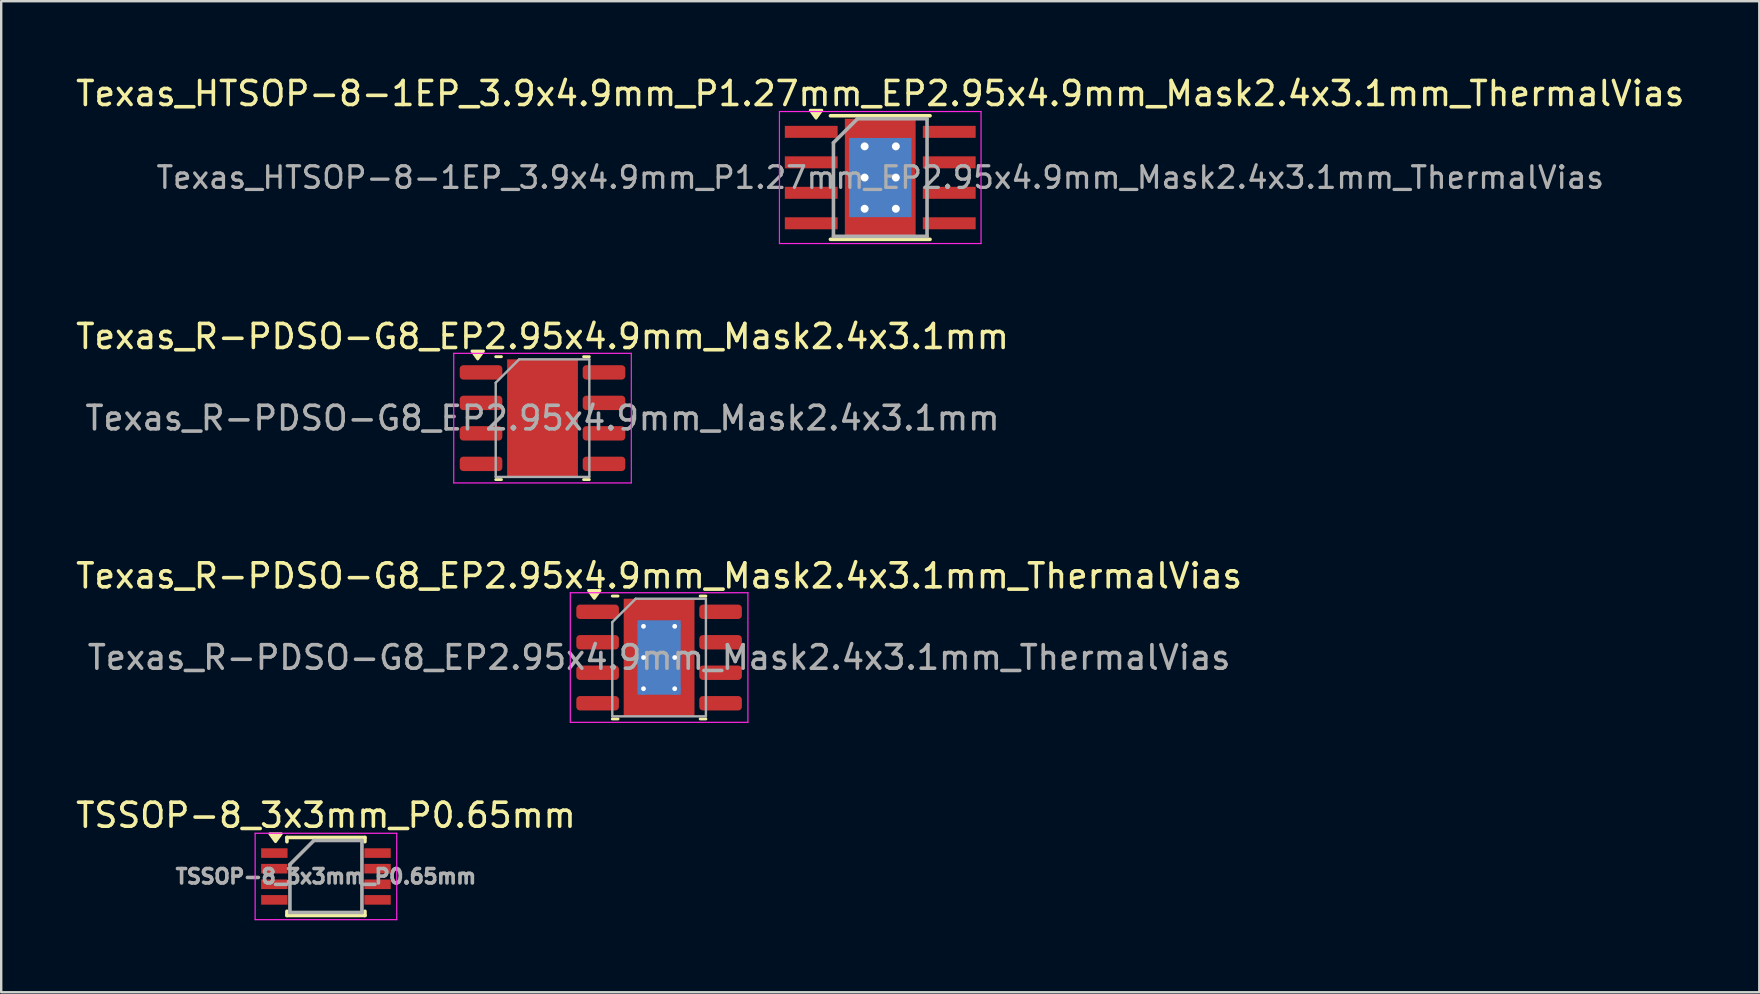
<source format=kicad_pcb>
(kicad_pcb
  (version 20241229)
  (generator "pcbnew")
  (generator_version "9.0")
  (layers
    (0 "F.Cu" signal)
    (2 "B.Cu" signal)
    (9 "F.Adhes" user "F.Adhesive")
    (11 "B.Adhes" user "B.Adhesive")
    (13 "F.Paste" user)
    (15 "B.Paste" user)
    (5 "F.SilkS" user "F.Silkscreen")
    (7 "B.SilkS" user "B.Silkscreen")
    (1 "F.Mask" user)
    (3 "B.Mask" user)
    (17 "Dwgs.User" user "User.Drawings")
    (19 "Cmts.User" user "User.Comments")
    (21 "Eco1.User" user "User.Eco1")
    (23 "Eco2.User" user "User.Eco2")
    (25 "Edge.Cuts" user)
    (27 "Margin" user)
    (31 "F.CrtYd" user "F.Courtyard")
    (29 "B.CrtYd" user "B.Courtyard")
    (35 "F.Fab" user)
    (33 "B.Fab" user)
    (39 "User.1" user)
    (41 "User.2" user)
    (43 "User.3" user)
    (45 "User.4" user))
  (footprint "TSSOP-8_3x3mm_P0.65mm"
    (layer "F.Cu")
    (at 10.53 33.468)
    (property "Reference" "TSSOP-8_3x3mm_P0.65mm" (at 0 -2.55 0) (layer "F.SilkS") (effects (font (size 1 1) (thickness 0.15))))
    (attr smd)
    (fp_line (start -1.625 -1.625) (end -1.625 -1.45) (stroke (width 0.15) (type solid)) (layer "F.SilkS"))
    (fp_line (start -1.625 -1.625) (end 1.625 -1.625) (stroke (width 0.15) (type solid)) (layer "F.SilkS"))
    (fp_line (start -1.625 1.45) (end -1.625 1.625) (stroke (width 0.15) (type solid)) (layer "F.SilkS"))
    (fp_line (start -1.625 1.625) (end 1.625 1.625) (stroke (width 0.15) (type solid)) (layer "F.SilkS"))
    (fp_line (start 1.625 -1.625) (end 1.625 -1.45) (stroke (width 0.15) (type solid)) (layer "F.SilkS"))
    (fp_line (start 1.625 1.45) (end 1.625 1.625) (stroke (width 0.15) (type solid)) (layer "F.SilkS"))
    (fp_poly (pts (xy -2.1 -1.45) (xy -2.34 -1.78) (xy -1.86 -1.78) (xy -2.1 -1.45)) (stroke (width 0.12) (type solid)) (fill yes) (layer "F.SilkS"))
    (fp_line (start -2.95 -1.8) (end -2.95 1.8) (stroke (width 0.05) (type solid)) (layer "F.CrtYd"))
    (fp_line (start -2.95 -1.8) (end 2.95 -1.8) (stroke (width 0.05) (type solid)) (layer "F.CrtYd"))
    (fp_line (start -2.95 1.8) (end 2.95 1.8) (stroke (width 0.05) (type solid)) (layer "F.CrtYd"))
    (fp_line (start 2.95 -1.8) (end 2.95 1.8) (stroke (width 0.05) (type solid)) (layer "F.CrtYd"))
    (fp_line (start -1.5 -0.5) (end -0.5 -1.5) (stroke (width 0.15) (type solid)) (layer "F.Fab"))
    (fp_line (start -1.5 1.5) (end -1.5 -0.5) (stroke (width 0.15) (type solid)) (layer "F.Fab"))
    (fp_line (start -0.5 -1.5) (end 1.5 -1.5) (stroke (width 0.15) (type solid)) (layer "F.Fab"))
    (fp_line (start 1.5 -1.5) (end 1.5 1.5) (stroke (width 0.15) (type solid)) (layer "F.Fab"))
    (fp_line (start 1.5 1.5) (end -1.5 1.5) (stroke (width 0.15) (type solid)) (layer "F.Fab"))
    (fp_text user "${REFERENCE}" (at 0 0 0) (layer "F.Fab") (effects (font (size 0.6 0.6) (thickness 0.15))))
    (pad "1" smd rect (at -2.15 -0.975) (size 1.1 0.4) (layers "F.Cu" "F.Mask" "F.Paste"))
    (pad "2" smd rect (at -2.15 -0.325) (size 1.1 0.4) (layers "F.Cu" "F.Mask" "F.Paste"))
    (pad "3" smd rect (at -2.15 0.325) (size 1.1 0.4) (layers "F.Cu" "F.Mask" "F.Paste"))
    (pad "4" smd rect (at -2.15 0.975) (size 1.1 0.4) (layers "F.Cu" "F.Mask" "F.Paste"))
    (pad "5" smd rect (at 2.15 0.975) (size 1.1 0.4) (layers "F.Cu" "F.Mask" "F.Paste"))
    (pad "6" smd rect (at 2.15 0.325) (size 1.1 0.4) (layers "F.Cu" "F.Mask" "F.Paste"))
    (pad "7" smd rect (at 2.15 -0.325) (size 1.1 0.4) (layers "F.Cu" "F.Mask" "F.Paste"))
    (pad "8" smd rect (at 2.15 -0.975) (size 1.1 0.4) (layers "F.Cu" "F.Mask" "F.Paste")))
  (footprint "Texas_R-PDSO-G8_EP2.95x4.9mm_Mask2.4x3.1mm_ThermalVias"
    (layer "F.Cu")
    (at 24.411 24.345)
    (property "Reference" "Texas_R-PDSO-G8_EP2.95x4.9mm_Mask2.4x3.1mm_ThermalVias" (at 0 -3.4 0) (layer "F.SilkS") (effects (font (size 1 1) (thickness 0.15))))
    (attr smd)
    (fp_line (start -1.711 -2.56) (end -1.95 -2.56) (stroke (width 0.12) (type solid)) (layer "F.SilkS"))
    (fp_line (start -1.711 2.56) (end -1.95 2.56) (stroke (width 0.12) (type solid)) (layer "F.SilkS"))
    (fp_line (start 1.711 -2.56) (end 1.95 -2.56) (stroke (width 0.12) (type solid)) (layer "F.SilkS"))
    (fp_line (start 1.711 2.56) (end 1.95 2.56) (stroke (width 0.12) (type solid)) (layer "F.SilkS"))
    (fp_poly (pts (xy -2.7 -2.465) (xy -2.94 -2.795) (xy -2.46 -2.795) (xy -2.7 -2.465)) (stroke (width 0.12) (type solid)) (fill yes) (layer "F.SilkS"))
    (fp_line (start -3.7 -2.7) (end -3.7 2.7) (stroke (width 0.05) (type solid)) (layer "F.CrtYd"))
    (fp_line (start -3.7 2.7) (end 3.7 2.7) (stroke (width 0.05) (type solid)) (layer "F.CrtYd"))
    (fp_line (start 3.7 -2.7) (end -3.7 -2.7) (stroke (width 0.05) (type solid)) (layer "F.CrtYd"))
    (fp_line (start 3.7 2.7) (end 3.7 -2.7) (stroke (width 0.05) (type solid)) (layer "F.CrtYd"))
    (fp_line (start -1.95 -1.475) (end -0.975 -2.45) (stroke (width 0.1) (type solid)) (layer "F.Fab"))
    (fp_line (start -1.95 2.45) (end -1.95 -1.475) (stroke (width 0.1) (type solid)) (layer "F.Fab"))
    (fp_line (start -0.975 -2.45) (end 1.95 -2.45) (stroke (width 0.1) (type solid)) (layer "F.Fab"))
    (fp_line (start 1.95 -2.45) (end 1.95 2.45) (stroke (width 0.1) (type solid)) (layer "F.Fab"))
    (fp_line (start 1.95 2.45) (end -1.95 2.45) (stroke (width 0.1) (type solid)) (layer "F.Fab"))
    (fp_text user "${REFERENCE}" (at 0 0 0) (layer "F.Fab") (effects (font (size 0.98 0.98) (thickness 0.15))))
    (pad "" smd roundrect (at -0.6 -1.03) (size 1.04 0.89) (layers "F.Paste") (roundrect_rratio 0.25))
    (pad "" smd roundrect (at -0.6 0) (size 1.04 0.89) (layers "F.Paste") (roundrect_rratio 0.25))
    (pad "" smd roundrect (at -0.6 1.03) (size 1.04 0.89) (layers "F.Paste") (roundrect_rratio 0.25))
    (pad "" smd rect (at 0 0) (size 2.4 3.1) (layers "F.Mask"))
    (pad "" smd roundrect (at 0.6 -1.03) (size 1.04 0.89) (layers "F.Paste") (roundrect_rratio 0.25))
    (pad "" smd roundrect (at 0.6 0) (size 1.04 0.89) (layers "F.Paste") (roundrect_rratio 0.25))
    (pad "" smd roundrect (at 0.6 1.03) (size 1.04 0.89) (layers "F.Paste") (roundrect_rratio 0.25))
    (pad "1" smd roundrect (at -2.562 -1.905) (size 1.775 0.6) (layers "F.Cu" "F.Mask" "F.Paste") (roundrect_rratio 0.25))
    (pad "2" smd roundrect (at -2.562 -0.635) (size 1.775 0.6) (layers "F.Cu" "F.Mask" "F.Paste") (roundrect_rratio 0.25))
    (pad "3" smd roundrect (at -2.562 0.635) (size 1.775 0.6) (layers "F.Cu" "F.Mask" "F.Paste") (roundrect_rratio 0.25))
    (pad "4" smd roundrect (at -2.562 1.905) (size 1.775 0.6) (layers "F.Cu" "F.Mask" "F.Paste") (roundrect_rratio 0.25))
    (pad "5" smd roundrect (at 2.562 1.905) (size 1.775 0.6) (layers "F.Cu" "F.Mask" "F.Paste") (roundrect_rratio 0.25))
    (pad "6" smd roundrect (at 2.562 0.635) (size 1.775 0.6) (layers "F.Cu" "F.Mask" "F.Paste") (roundrect_rratio 0.25))
    (pad "7" smd roundrect (at 2.562 -0.635) (size 1.775 0.6) (layers "F.Cu" "F.Mask" "F.Paste") (roundrect_rratio 0.25))
    (pad "8" smd roundrect (at 2.562 -1.905) (size 1.775 0.6) (layers "F.Cu" "F.Mask" "F.Paste") (roundrect_rratio 0.25))
    (pad "9" thru_hole circle (at -0.65 -1.3) (size 0.5 0.5) (drill 0.2) (property pad_prop_heatsink) (layers "*.Cu"))
    (pad "9" thru_hole circle (at -0.65 0) (size 0.5 0.5) (drill 0.2) (property pad_prop_heatsink) (layers "*.Cu"))
    (pad "9" thru_hole circle (at -0.65 1.3) (size 0.5 0.5) (drill 0.2) (property pad_prop_heatsink) (layers "*.Cu"))
    (pad "9" smd rect (at 0 0) (size 1.8 3.1) (property pad_prop_heatsink) (layers "B.Cu"))
    (pad "9" smd rect (at 0 0) (size 2.95 4.9) (property pad_prop_heatsink) (layers "F.Cu"))
    (pad "9" thru_hole circle (at 0.65 -1.3) (size 0.5 0.5) (drill 0.2) (property pad_prop_heatsink) (layers "*.Cu"))
    (pad "9" thru_hole circle (at 0.65 0) (size 0.5 0.5) (drill 0.2) (property pad_prop_heatsink) (layers "*.Cu"))
    (pad "9" thru_hole circle (at 0.65 1.3) (size 0.5 0.5) (drill 0.2) (property pad_prop_heatsink) (layers "*.Cu")))
  (footprint "Texas_HTSOP-8-1EP_3.9x4.9mm_P1.27mm_EP2.95x4.9mm_Mask2.4x3.1mm_ThermalVias"
    (layer "F.Cu")
    (at 33.625 4.348)
    (property "Reference" "Texas_HTSOP-8-1EP_3.9x4.9mm_P1.27mm_EP2.95x4.9mm_Mask2.4x3.1mm_ThermalVias" (at 0 -3.5 0) (layer "F.SilkS") (effects (font (size 1 1) (thickness 0.15))))
    (attr smd)
    (fp_line (start -2.075 -2.575) (end 2.075 -2.575) (stroke (width 0.15) (type solid)) (layer "F.SilkS"))
    (fp_line (start -2.075 2.575) (end 2.075 2.575) (stroke (width 0.15) (type solid)) (layer "F.SilkS"))
    (fp_poly (pts (xy -2.675 -2.475) (xy -2.915 -2.805) (xy -2.435 -2.805) (xy -2.675 -2.475)) (stroke (width 0.12) (type solid)) (fill yes) (layer "F.SilkS"))
    (fp_line (start -4.2 -2.75) (end -4.2 2.75) (stroke (width 0.05) (type solid)) (layer "F.CrtYd"))
    (fp_line (start -4.2 -2.75) (end 4.2 -2.75) (stroke (width 0.05) (type solid)) (layer "F.CrtYd"))
    (fp_line (start -4.2 2.75) (end 4.2 2.75) (stroke (width 0.05) (type solid)) (layer "F.CrtYd"))
    (fp_line (start 4.2 -2.75) (end 4.2 2.75) (stroke (width 0.05) (type solid)) (layer "F.CrtYd"))
    (fp_line (start -1.95 -1.45) (end -0.95 -2.45) (stroke (width 0.15) (type solid)) (layer "F.Fab"))
    (fp_line (start -1.95 2.45) (end -1.95 -1.45) (stroke (width 0.15) (type solid)) (layer "F.Fab"))
    (fp_line (start -0.95 -2.45) (end 1.95 -2.45) (stroke (width 0.15) (type solid)) (layer "F.Fab"))
    (fp_line (start 1.95 -2.45) (end 1.95 2.45) (stroke (width 0.15) (type solid)) (layer "F.Fab"))
    (fp_line (start 1.95 2.45) (end -1.95 2.45) (stroke (width 0.15) (type solid)) (layer "F.Fab"))
    (fp_text user "${REFERENCE}" (at 0 0 0) (layer "F.Fab") (effects (font (size 0.9 0.9) (thickness 0.135))))
    (pad "" smd rect (at 0 0) (size 2.4 3.1) (layers "F.Mask"))
    (pad "" smd rect (at 0 0) (size 2.4 3.1) (layers "F.Paste"))
    (pad "1" smd rect (at -2.875 -1.905) (size 2.2 0.5) (layers "F.Cu" "F.Mask" "F.Paste"))
    (pad "2" smd rect (at -2.875 -0.635) (size 2.2 0.5) (layers "F.Cu" "F.Mask" "F.Paste"))
    (pad "3" smd rect (at -2.875 0.635) (size 2.2 0.5) (layers "F.Cu" "F.Mask" "F.Paste"))
    (pad "4" smd rect (at -2.875 1.905) (size 2.2 0.5) (layers "F.Cu" "F.Mask" "F.Paste"))
    (pad "5" smd rect (at 2.875 1.905) (size 2.2 0.5) (layers "F.Cu" "F.Mask" "F.Paste"))
    (pad "6" smd rect (at 2.875 0.635) (size 2.2 0.5) (layers "F.Cu" "F.Mask" "F.Paste"))
    (pad "7" smd rect (at 2.875 -0.635) (size 2.2 0.5) (layers "F.Cu" "F.Mask" "F.Paste"))
    (pad "8" smd rect (at 2.875 -1.905) (size 2.2 0.5) (layers "F.Cu" "F.Mask" "F.Paste"))
    (pad "9" thru_hole circle (at -0.65 -1.3) (size 0.63 0.63) (drill 0.33) (layers "*.Cu" "*.Mask"))
    (pad "9" thru_hole circle (at -0.65 0) (size 0.63 0.63) (drill 0.33) (layers "*.Cu" "*.Mask"))
    (pad "9" thru_hole circle (at -0.65 1.3) (size 0.63 0.63) (drill 0.33) (layers "*.Cu" "*.Mask"))
    (pad "9" smd rect (at 0 0) (size 2.6 3.3) (layers "B.Cu"))
    (pad "9" smd rect (at 0 0) (size 2.95 4.9) (layers "F.Cu"))
    (pad "9" thru_hole circle (at 0.65 -1.3) (size 0.63 0.63) (drill 0.33) (layers "*.Cu" "*.Mask"))
    (pad "9" thru_hole circle (at 0.65 0) (size 0.63 0.63) (drill 0.33) (layers "*.Cu" "*.Mask"))
    (pad "9" thru_hole circle (at 0.65 1.3) (size 0.63 0.63) (drill 0.33) (layers "*.Cu" "*.Mask")))
  (footprint "Texas_R-PDSO-G8_EP2.95x4.9mm_Mask2.4x3.1mm"
    (layer "F.Cu")
    (at 19.554 14.371)
    (property "Reference" "Texas_R-PDSO-G8_EP2.95x4.9mm_Mask2.4x3.1mm" (at 0 -3.4 0) (layer "F.SilkS") (effects (font (size 1 1) (thickness 0.15))))
    (attr smd)
    (fp_line (start -1.711 -2.56) (end -1.95 -2.56) (stroke (width 0.12) (type solid)) (layer "F.SilkS"))
    (fp_line (start -1.711 2.56) (end -1.95 2.56) (stroke (width 0.12) (type solid)) (layer "F.SilkS"))
    (fp_line (start 1.711 -2.56) (end 1.95 -2.56) (stroke (width 0.12) (type solid)) (layer "F.SilkS"))
    (fp_line (start 1.711 2.56) (end 1.95 2.56) (stroke (width 0.12) (type solid)) (layer "F.SilkS"))
    (fp_poly (pts (xy -2.7 -2.465) (xy -2.94 -2.795) (xy -2.46 -2.795) (xy -2.7 -2.465)) (stroke (width 0.12) (type solid)) (fill yes) (layer "F.SilkS"))
    (fp_line (start -3.7 -2.7) (end -3.7 2.7) (stroke (width 0.05) (type solid)) (layer "F.CrtYd"))
    (fp_line (start -3.7 2.7) (end 3.7 2.7) (stroke (width 0.05) (type solid)) (layer "F.CrtYd"))
    (fp_line (start 3.7 -2.7) (end -3.7 -2.7) (stroke (width 0.05) (type solid)) (layer "F.CrtYd"))
    (fp_line (start 3.7 2.7) (end 3.7 -2.7) (stroke (width 0.05) (type solid)) (layer "F.CrtYd"))
    (fp_line (start -1.95 -1.475) (end -0.975 -2.45) (stroke (width 0.1) (type solid)) (layer "F.Fab"))
    (fp_line (start -1.95 2.45) (end -1.95 -1.475) (stroke (width 0.1) (type solid)) (layer "F.Fab"))
    (fp_line (start -0.975 -2.45) (end 1.95 -2.45) (stroke (width 0.1) (type solid)) (layer "F.Fab"))
    (fp_line (start 1.95 -2.45) (end 1.95 2.45) (stroke (width 0.1) (type solid)) (layer "F.Fab"))
    (fp_line (start 1.95 2.45) (end -1.95 2.45) (stroke (width 0.1) (type solid)) (layer "F.Fab"))
    (fp_text user "${REFERENCE}" (at 0 0 0) (layer "F.Fab") (effects (font (size 0.98 0.98) (thickness 0.15))))
    (pad "" smd roundrect (at -0.6 -1.03) (size 0.97 0.83) (layers "F.Paste") (roundrect_rratio 0.25))
    (pad "" smd roundrect (at -0.6 0) (size 0.97 0.83) (layers "F.Paste") (roundrect_rratio 0.25))
    (pad "" smd roundrect (at -0.6 1.03) (size 0.97 0.83) (layers "F.Paste") (roundrect_rratio 0.25))
    (pad "" smd rect (at 0 0) (size 2.4 3.1) (layers "F.Mask"))
    (pad "" smd roundrect (at 0.6 -1.03) (size 0.97 0.83) (layers "F.Paste") (roundrect_rratio 0.25))
    (pad "" smd roundrect (at 0.6 0) (size 0.97 0.83) (layers "F.Paste") (roundrect_rratio 0.25))
    (pad "" smd roundrect (at 0.6 1.03) (size 0.97 0.83) (layers "F.Paste") (roundrect_rratio 0.25))
    (pad "1" smd roundrect (at -2.562 -1.905) (size 1.775 0.6) (layers "F.Cu" "F.Mask" "F.Paste") (roundrect_rratio 0.25))
    (pad "2" smd roundrect (at -2.562 -0.635) (size 1.775 0.6) (layers "F.Cu" "F.Mask" "F.Paste") (roundrect_rratio 0.25))
    (pad "3" smd roundrect (at -2.562 0.635) (size 1.775 0.6) (layers "F.Cu" "F.Mask" "F.Paste") (roundrect_rratio 0.25))
    (pad "4" smd roundrect (at -2.562 1.905) (size 1.775 0.6) (layers "F.Cu" "F.Mask" "F.Paste") (roundrect_rratio 0.25))
    (pad "5" smd roundrect (at 2.562 1.905) (size 1.775 0.6) (layers "F.Cu" "F.Mask" "F.Paste") (roundrect_rratio 0.25))
    (pad "6" smd roundrect (at 2.562 0.635) (size 1.775 0.6) (layers "F.Cu" "F.Mask" "F.Paste") (roundrect_rratio 0.25))
    (pad "7" smd roundrect (at 2.562 -0.635) (size 1.775 0.6) (layers "F.Cu" "F.Mask" "F.Paste") (roundrect_rratio 0.25))
    (pad "8" smd roundrect (at 2.562 -1.905) (size 1.775 0.6) (layers "F.Cu" "F.Mask" "F.Paste") (roundrect_rratio 0.25))
    (pad "9" smd rect (at 0 0) (size 2.95 4.9) (property pad_prop_heatsink) (layers "F.Cu")))
  (gr_rect
    (start -3 -3)
    (end 70.25 38.293)
    (stroke (width 0.1) (type default))
    (fill no)
    (layer "Edge.Cuts")))
</source>
